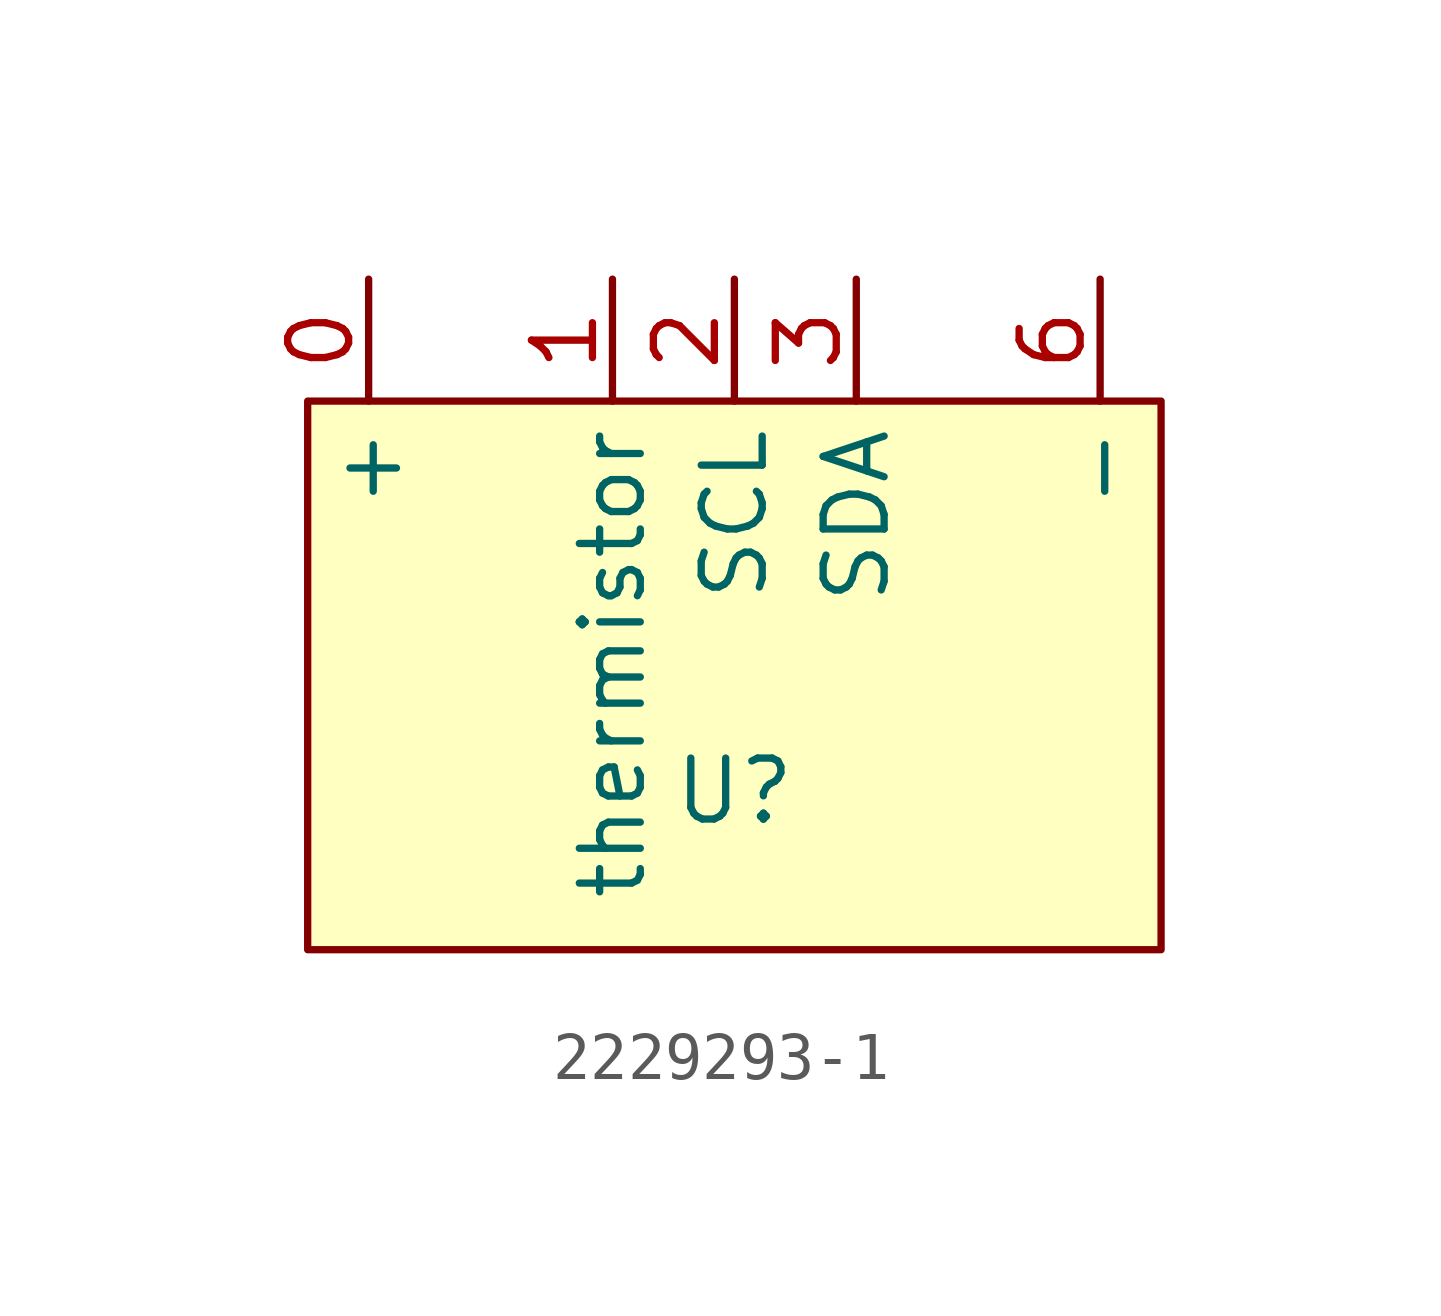
<source format=kicad_sym>
(kicad_symbol_lib
  (version 20241209)
  (generator "kicad_symbol_editor")
  (generator_version "9.0")
  (symbol "2229293-1"
    (property "Reference" "U"
      (at 0 -5.588 0)
      (effects (font (size 1.27 1.27))))
    (property "Value" ""
      (at 0 0 0)
      (effects (font (size 1.27 1.27))))
    (symbol "2229293-1_1_1"
      (rectangle (start -8.89 2.54) (end 8.89 -8.89) (stroke (width 0) (type solid)) (fill (type background)))
      (pin power_in line (at -7.62 5.08 270) (length 2.54) (name "+" (effects (font (size 1.27 1.27)))) (number "0" (effects (font (size 1.27 1.27)))))
      (pin output line (at -2.54 5.08 270) (length 2.54) (name "thermistor" (effects (font (size 1.27 1.27)))) (number "1" (effects (font (size 1.27 1.27)))))
      (pin input line (at 0 5.08 270) (length 2.54) (name "SCL" (effects (font (size 1.27 1.27)))) (number "2" (effects (font (size 1.27 1.27)))))
      (pin bidirectional line (at 2.54 5.08 270) (length 2.54) (name "SDA" (effects (font (size 1.27 1.27)))) (number "3" (effects (font (size 1.27 1.27)))))
      (pin power_in line (at 7.62 5.08 270) (length 2.54) (name "-" (effects (font (size 1.27 1.27)))) (number "6" (effects (font (size 1.27 1.27))))))))
</source>
